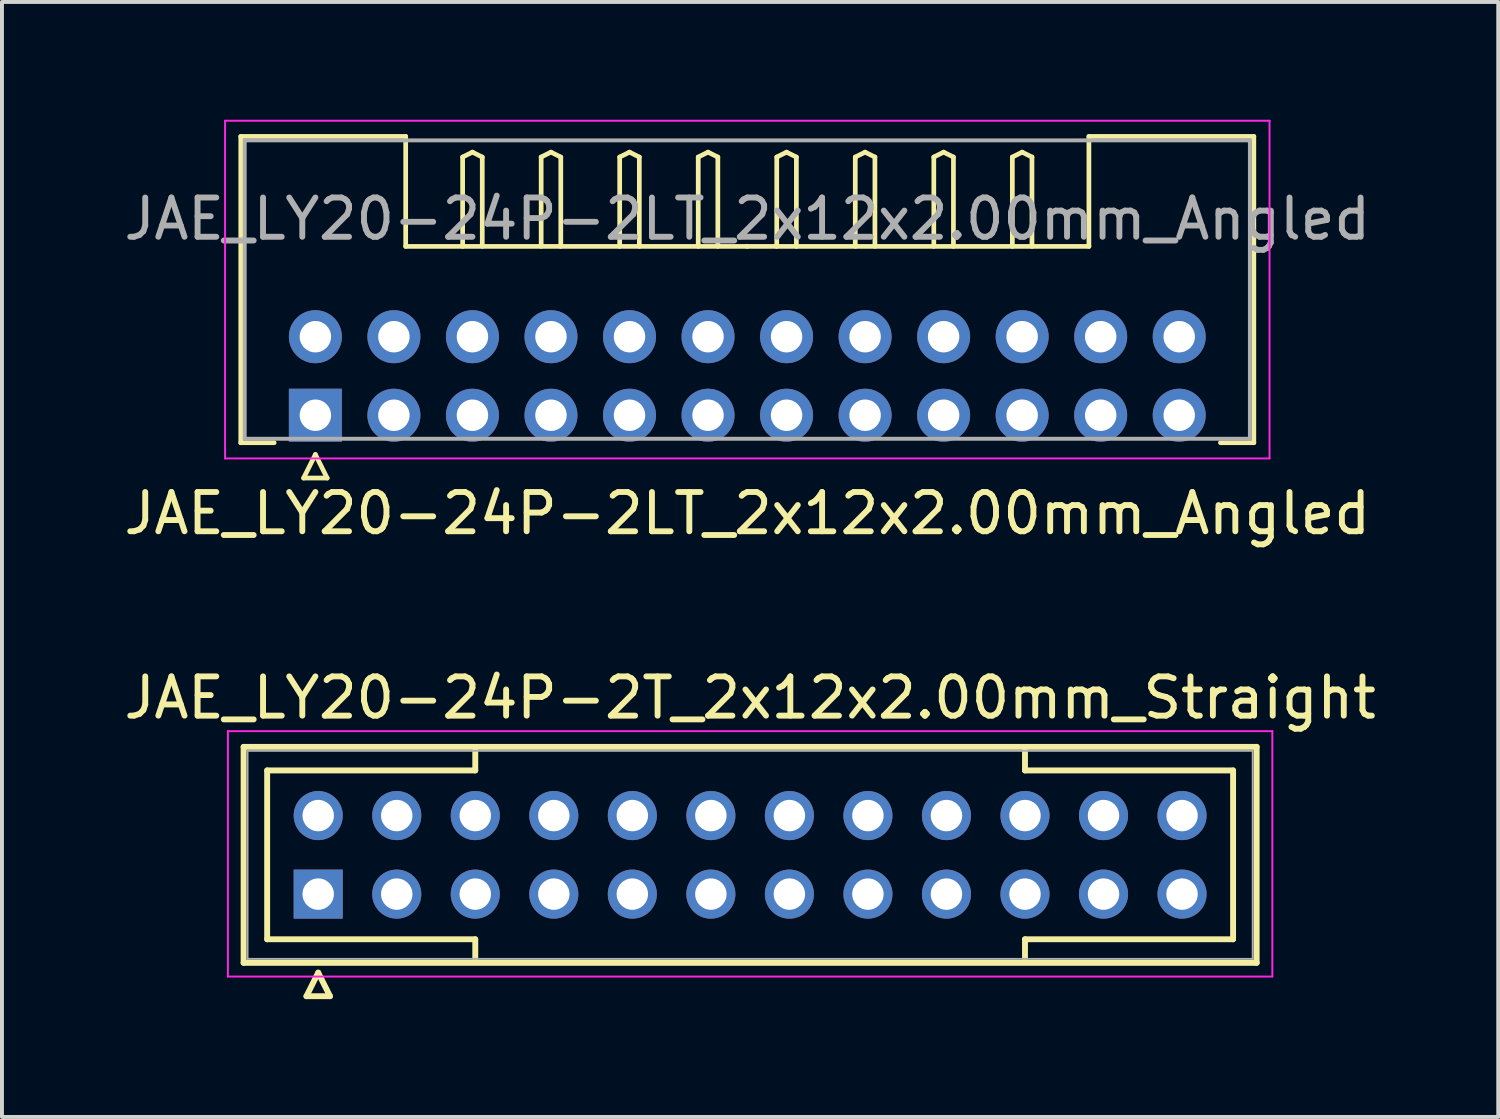
<source format=kicad_pcb>
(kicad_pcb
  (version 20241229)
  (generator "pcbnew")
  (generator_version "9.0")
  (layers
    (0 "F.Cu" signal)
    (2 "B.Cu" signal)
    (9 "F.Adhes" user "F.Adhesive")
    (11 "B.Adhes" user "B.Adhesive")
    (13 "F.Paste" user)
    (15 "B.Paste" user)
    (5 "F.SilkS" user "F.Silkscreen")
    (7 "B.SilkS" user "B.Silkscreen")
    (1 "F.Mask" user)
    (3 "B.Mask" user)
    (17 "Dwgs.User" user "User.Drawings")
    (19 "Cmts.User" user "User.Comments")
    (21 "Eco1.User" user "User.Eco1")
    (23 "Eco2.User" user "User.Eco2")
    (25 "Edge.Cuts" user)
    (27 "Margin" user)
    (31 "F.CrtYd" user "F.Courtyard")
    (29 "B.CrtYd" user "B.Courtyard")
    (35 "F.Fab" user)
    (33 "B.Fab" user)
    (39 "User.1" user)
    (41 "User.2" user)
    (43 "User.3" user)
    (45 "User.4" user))
  (footprint "JAE_LY20-24P-2T_2x12x2.00mm_Straight"
    (layer "F.Cu")
    (at 5.054 19.721)
    (property "Reference" "JAE_LY20-24P-2T_2x12x2.00mm_Straight" (at 11 -5 0) (layer "F.SilkS") (effects (font (size 1 1) (thickness 0.15))))
    (attr through_hole)
    (fp_line (start -1.9 -3.75) (end -1.9 1.75) (stroke (width 0.15) (type solid)) (layer "F.SilkS"))
    (fp_line (start -1.9 1.75) (end 23.9 1.75) (stroke (width 0.15) (type solid)) (layer "F.SilkS"))
    (fp_line (start -1.3 -3.15) (end 4 -3.15) (stroke (width 0.15) (type solid)) (layer "F.SilkS"))
    (fp_line (start -1.3 1.15) (end -1.3 -3.15) (stroke (width 0.15) (type solid)) (layer "F.SilkS"))
    (fp_line (start -0.3 2.6) (end 0.3 2.6) (stroke (width 0.15) (type solid)) (layer "F.SilkS"))
    (fp_line (start 0 2) (end -0.3 2.6) (stroke (width 0.15) (type solid)) (layer "F.SilkS"))
    (fp_line (start 0.3 2.6) (end 0 2) (stroke (width 0.15) (type solid)) (layer "F.SilkS"))
    (fp_line (start 4 -3.15) (end 4 -3.65) (stroke (width 0.15) (type solid)) (layer "F.SilkS"))
    (fp_line (start 4 1.15) (end -1.3 1.15) (stroke (width 0.15) (type solid)) (layer "F.SilkS"))
    (fp_line (start 4 1.65) (end 4 1.15) (stroke (width 0.15) (type solid)) (layer "F.SilkS"))
    (fp_line (start 18 -3.15) (end 18 -3.65) (stroke (width 0.15) (type solid)) (layer "F.SilkS"))
    (fp_line (start 18 1.15) (end 23.3 1.15) (stroke (width 0.15) (type solid)) (layer "F.SilkS"))
    (fp_line (start 18 1.65) (end 18 1.15) (stroke (width 0.15) (type solid)) (layer "F.SilkS"))
    (fp_line (start 23.3 -3.15) (end 18 -3.15) (stroke (width 0.15) (type solid)) (layer "F.SilkS"))
    (fp_line (start 23.3 1.15) (end 23.3 -3.15) (stroke (width 0.15) (type solid)) (layer "F.SilkS"))
    (fp_line (start 23.9 -3.75) (end -1.9 -3.75) (stroke (width 0.15) (type solid)) (layer "F.SilkS"))
    (fp_line (start 23.9 1.75) (end 23.9 -3.75) (stroke (width 0.15) (type solid)) (layer "F.SilkS"))
    (fp_line (start -2.3 -4.15) (end -2.3 2.1) (stroke (width 0.05) (type solid)) (layer "F.CrtYd"))
    (fp_line (start -2.3 2.1) (end 24.3 2.1) (stroke (width 0.05) (type solid)) (layer "F.CrtYd"))
    (fp_line (start 24.3 -4.15) (end -2.3 -4.15) (stroke (width 0.05) (type solid)) (layer "F.CrtYd"))
    (fp_line (start 24.3 2.1) (end 24.3 -4.15) (stroke (width 0.05) (type solid)) (layer "F.CrtYd"))
    (fp_line (start -1.8 -3.65) (end -1.8 1.65) (stroke (width 0.05) (type solid)) (layer "F.Fab"))
    (fp_line (start -1.8 1.65) (end 23.8 1.65) (stroke (width 0.05) (type solid)) (layer "F.Fab"))
    (fp_line (start 23.8 -3.65) (end -1.8 -3.65) (stroke (width 0.05) (type solid)) (layer "F.Fab"))
    (fp_line (start 23.8 1.65) (end 23.8 -3.65) (stroke (width 0.05) (type solid)) (layer "F.Fab"))
    (pad "1" thru_hole rect (at 0 0) (size 1.25 1.25) (drill 0.8) (layers "*.Cu" "*.Mask"))
    (pad "2" thru_hole circle (at 2 0) (size 1.25 1.25) (drill 0.8) (layers "*.Cu" "*.Mask"))
    (pad "3" thru_hole circle (at 4 0) (size 1.25 1.25) (drill 0.8) (layers "*.Cu" "*.Mask"))
    (pad "4" thru_hole circle (at 6 0) (size 1.25 1.25) (drill 0.8) (layers "*.Cu" "*.Mask"))
    (pad "5" thru_hole circle (at 8 0) (size 1.25 1.25) (drill 0.8) (layers "*.Cu" "*.Mask"))
    (pad "6" thru_hole circle (at 10 0) (size 1.25 1.25) (drill 0.8) (layers "*.Cu" "*.Mask"))
    (pad "7" thru_hole circle (at 12 0) (size 1.25 1.25) (drill 0.8) (layers "*.Cu" "*.Mask"))
    (pad "8" thru_hole circle (at 14 0) (size 1.25 1.25) (drill 0.8) (layers "*.Cu" "*.Mask"))
    (pad "9" thru_hole circle (at 16 0) (size 1.25 1.25) (drill 0.8) (layers "*.Cu" "*.Mask"))
    (pad "10" thru_hole circle (at 18 0) (size 1.25 1.25) (drill 0.8) (layers "*.Cu" "*.Mask"))
    (pad "11" thru_hole circle (at 20 0) (size 1.25 1.25) (drill 0.8) (layers "*.Cu" "*.Mask"))
    (pad "12" thru_hole circle (at 22 0) (size 1.25 1.25) (drill 0.8) (layers "*.Cu" "*.Mask"))
    (pad "13" thru_hole circle (at 0 -2) (size 1.25 1.25) (drill 0.8) (layers "*.Cu" "*.Mask"))
    (pad "14" thru_hole circle (at 2 -2) (size 1.25 1.25) (drill 0.8) (layers "*.Cu" "*.Mask"))
    (pad "15" thru_hole circle (at 4 -2) (size 1.25 1.25) (drill 0.8) (layers "*.Cu" "*.Mask"))
    (pad "16" thru_hole circle (at 6 -2) (size 1.25 1.25) (drill 0.8) (layers "*.Cu" "*.Mask"))
    (pad "17" thru_hole circle (at 8 -2) (size 1.25 1.25) (drill 0.8) (layers "*.Cu" "*.Mask"))
    (pad "18" thru_hole circle (at 10 -2) (size 1.25 1.25) (drill 0.8) (layers "*.Cu" "*.Mask"))
    (pad "19" thru_hole circle (at 12 -2) (size 1.25 1.25) (drill 0.8) (layers "*.Cu" "*.Mask"))
    (pad "20" thru_hole circle (at 14 -2) (size 1.25 1.25) (drill 0.8) (layers "*.Cu" "*.Mask"))
    (pad "21" thru_hole circle (at 16 -2) (size 1.25 1.25) (drill 0.8) (layers "*.Cu" "*.Mask"))
    (pad "22" thru_hole circle (at 18 -2) (size 1.25 1.25) (drill 0.8) (layers "*.Cu" "*.Mask"))
    (pad "23" thru_hole circle (at 20 -2) (size 1.25 1.25) (drill 0.8) (layers "*.Cu" "*.Mask"))
    (pad "24" thru_hole circle (at 22 -2) (size 1.25 1.25) (drill 0.8) (layers "*.Cu" "*.Mask")))
  (footprint "JAE_LY20-24P-2LT_2x12x2.00mm_Angled"
    (layer "F.Cu")
    (at 4.982 7.525)
    (property "Reference" "JAE_LY20-24P-2LT_2x12x2.00mm_Angled" (at 11 2.5 0) (layer "F.SilkS") (effects (font (size 1 1) (thickness 0.15))))
    (attr through_hole)
    (fp_line (start -1.9 -7.1) (end 2.3 -7.1) (stroke (width 0.12) (type solid)) (layer "F.SilkS"))
    (fp_line (start -1.9 0.7) (end -1.9 -7.1) (stroke (width 0.12) (type solid)) (layer "F.SilkS"))
    (fp_line (start -1.05 0.7) (end -1.9 0.7) (stroke (width 0.12) (type solid)) (layer "F.SilkS"))
    (fp_line (start -0.3 1.6) (end 0.3 1.6) (stroke (width 0.12) (type solid)) (layer "F.SilkS"))
    (fp_line (start 0 1) (end -0.3 1.6) (stroke (width 0.12) (type solid)) (layer "F.SilkS"))
    (fp_line (start 0.3 1.6) (end 0 1) (stroke (width 0.12) (type solid)) (layer "F.SilkS"))
    (fp_line (start 2.3 -7.1) (end 2.3 -4.3) (stroke (width 0.12) (type solid)) (layer "F.SilkS"))
    (fp_line (start 2.3 -4.3) (end 11 -4.3) (stroke (width 0.12) (type solid)) (layer "F.SilkS"))
    (fp_line (start 3.75 -6.575) (end 4 -6.7) (stroke (width 0.12) (type solid)) (layer "F.SilkS"))
    (fp_line (start 3.75 -4.3) (end 3.75 -6.575) (stroke (width 0.12) (type solid)) (layer "F.SilkS"))
    (fp_line (start 4 -6.7) (end 4.25 -6.575) (stroke (width 0.12) (type solid)) (layer "F.SilkS"))
    (fp_line (start 4.25 -6.575) (end 4.25 -4.3) (stroke (width 0.12) (type solid)) (layer "F.SilkS"))
    (fp_line (start 5.75 -6.575) (end 6 -6.7) (stroke (width 0.12) (type solid)) (layer "F.SilkS"))
    (fp_line (start 5.75 -4.3) (end 5.75 -6.575) (stroke (width 0.12) (type solid)) (layer "F.SilkS"))
    (fp_line (start 6 -6.7) (end 6.25 -6.575) (stroke (width 0.12) (type solid)) (layer "F.SilkS"))
    (fp_line (start 6.25 -6.575) (end 6.25 -4.3) (stroke (width 0.12) (type solid)) (layer "F.SilkS"))
    (fp_line (start 7.75 -6.575) (end 8 -6.7) (stroke (width 0.12) (type solid)) (layer "F.SilkS"))
    (fp_line (start 7.75 -4.3) (end 7.75 -6.575) (stroke (width 0.12) (type solid)) (layer "F.SilkS"))
    (fp_line (start 8 -6.7) (end 8.25 -6.575) (stroke (width 0.12) (type solid)) (layer "F.SilkS"))
    (fp_line (start 8.25 -6.575) (end 8.25 -4.3) (stroke (width 0.12) (type solid)) (layer "F.SilkS"))
    (fp_line (start 9.75 -6.575) (end 10 -6.7) (stroke (width 0.12) (type solid)) (layer "F.SilkS"))
    (fp_line (start 9.75 -4.3) (end 9.75 -6.575) (stroke (width 0.12) (type solid)) (layer "F.SilkS"))
    (fp_line (start 10 -6.7) (end 10.25 -6.575) (stroke (width 0.12) (type solid)) (layer "F.SilkS"))
    (fp_line (start 10.25 -6.575) (end 10.25 -4.3) (stroke (width 0.12) (type solid)) (layer "F.SilkS"))
    (fp_line (start 11.75 -6.575) (end 12 -6.7) (stroke (width 0.12) (type solid)) (layer "F.SilkS"))
    (fp_line (start 11.75 -4.3) (end 11.75 -6.575) (stroke (width 0.12) (type solid)) (layer "F.SilkS"))
    (fp_line (start 12 -6.7) (end 12.25 -6.575) (stroke (width 0.12) (type solid)) (layer "F.SilkS"))
    (fp_line (start 12.25 -6.575) (end 12.25 -4.3) (stroke (width 0.12) (type solid)) (layer "F.SilkS"))
    (fp_line (start 13.75 -6.575) (end 14 -6.7) (stroke (width 0.12) (type solid)) (layer "F.SilkS"))
    (fp_line (start 13.75 -4.3) (end 13.75 -6.575) (stroke (width 0.12) (type solid)) (layer "F.SilkS"))
    (fp_line (start 14 -6.7) (end 14.25 -6.575) (stroke (width 0.12) (type solid)) (layer "F.SilkS"))
    (fp_line (start 14.25 -6.575) (end 14.25 -4.3) (stroke (width 0.12) (type solid)) (layer "F.SilkS"))
    (fp_line (start 15.75 -6.575) (end 16 -6.7) (stroke (width 0.12) (type solid)) (layer "F.SilkS"))
    (fp_line (start 15.75 -4.3) (end 15.75 -6.575) (stroke (width 0.12) (type solid)) (layer "F.SilkS"))
    (fp_line (start 16 -6.7) (end 16.25 -6.575) (stroke (width 0.12) (type solid)) (layer "F.SilkS"))
    (fp_line (start 16.25 -6.575) (end 16.25 -4.3) (stroke (width 0.12) (type solid)) (layer "F.SilkS"))
    (fp_line (start 17.75 -6.575) (end 18 -6.7) (stroke (width 0.12) (type solid)) (layer "F.SilkS"))
    (fp_line (start 17.75 -4.3) (end 17.75 -6.575) (stroke (width 0.12) (type solid)) (layer "F.SilkS"))
    (fp_line (start 18 -6.7) (end 18.25 -6.575) (stroke (width 0.12) (type solid)) (layer "F.SilkS"))
    (fp_line (start 18.25 -6.575) (end 18.25 -4.3) (stroke (width 0.12) (type solid)) (layer "F.SilkS"))
    (fp_line (start 19.7 -7.1) (end 19.7 -4.3) (stroke (width 0.12) (type solid)) (layer "F.SilkS"))
    (fp_line (start 19.7 -4.3) (end 11 -4.3) (stroke (width 0.12) (type solid)) (layer "F.SilkS"))
    (fp_line (start 23.05 0.7) (end 23.9 0.7) (stroke (width 0.12) (type solid)) (layer "F.SilkS"))
    (fp_line (start 23.9 -7.1) (end 19.7 -7.1) (stroke (width 0.12) (type solid)) (layer "F.SilkS"))
    (fp_line (start 23.9 0.7) (end 23.9 -7.1) (stroke (width 0.12) (type solid)) (layer "F.SilkS"))
    (fp_line (start -2.3 -7.5) (end -2.3 1.1) (stroke (width 0.05) (type solid)) (layer "F.CrtYd"))
    (fp_line (start -2.3 1.1) (end 24.3 1.1) (stroke (width 0.05) (type solid)) (layer "F.CrtYd"))
    (fp_line (start 24.3 -7.5) (end -2.3 -7.5) (stroke (width 0.05) (type solid)) (layer "F.CrtYd"))
    (fp_line (start 24.3 1.1) (end 24.3 -7.5) (stroke (width 0.05) (type solid)) (layer "F.CrtYd"))
    (fp_line (start -1.8 -7) (end -1.8 0.6) (stroke (width 0.1) (type solid)) (layer "F.Fab"))
    (fp_line (start -1.8 0.6) (end 23.8 0.6) (stroke (width 0.1) (type solid)) (layer "F.Fab"))
    (fp_line (start 23.8 -7) (end -1.8 -7) (stroke (width 0.1) (type solid)) (layer "F.Fab"))
    (fp_line (start 23.8 0.6) (end 23.8 -7) (stroke (width 0.1) (type solid)) (layer "F.Fab"))
    (fp_text user "${REFERENCE}" (at 11 -5 0) (layer "F.Fab") (effects (font (size 1 1) (thickness 0.15))))
    (pad "1" thru_hole rect (at 0 0) (size 1.35 1.35) (drill 0.8) (layers "*.Cu" "*.Mask"))
    (pad "2" thru_hole circle (at 2 0) (size 1.35 1.35) (drill 0.8) (layers "*.Cu" "*.Mask"))
    (pad "3" thru_hole circle (at 4 0) (size 1.35 1.35) (drill 0.8) (layers "*.Cu" "*.Mask"))
    (pad "4" thru_hole circle (at 6 0) (size 1.35 1.35) (drill 0.8) (layers "*.Cu" "*.Mask"))
    (pad "5" thru_hole circle (at 8 0) (size 1.35 1.35) (drill 0.8) (layers "*.Cu" "*.Mask"))
    (pad "6" thru_hole circle (at 10 0) (size 1.35 1.35) (drill 0.8) (layers "*.Cu" "*.Mask"))
    (pad "7" thru_hole circle (at 12 0) (size 1.35 1.35) (drill 0.8) (layers "*.Cu" "*.Mask"))
    (pad "8" thru_hole circle (at 14 0) (size 1.35 1.35) (drill 0.8) (layers "*.Cu" "*.Mask"))
    (pad "9" thru_hole circle (at 16 0) (size 1.35 1.35) (drill 0.8) (layers "*.Cu" "*.Mask"))
    (pad "10" thru_hole circle (at 18 0) (size 1.35 1.35) (drill 0.8) (layers "*.Cu" "*.Mask"))
    (pad "11" thru_hole circle (at 20 0) (size 1.35 1.35) (drill 0.8) (layers "*.Cu" "*.Mask"))
    (pad "12" thru_hole circle (at 22 0) (size 1.35 1.35) (drill 0.8) (layers "*.Cu" "*.Mask"))
    (pad "13" thru_hole circle (at 0 -2) (size 1.35 1.35) (drill 0.8) (layers "*.Cu" "*.Mask"))
    (pad "14" thru_hole circle (at 2 -2) (size 1.35 1.35) (drill 0.8) (layers "*.Cu" "*.Mask"))
    (pad "15" thru_hole circle (at 4 -2) (size 1.35 1.35) (drill 0.8) (layers "*.Cu" "*.Mask"))
    (pad "16" thru_hole circle (at 6 -2) (size 1.35 1.35) (drill 0.8) (layers "*.Cu" "*.Mask"))
    (pad "17" thru_hole circle (at 8 -2) (size 1.35 1.35) (drill 0.8) (layers "*.Cu" "*.Mask"))
    (pad "18" thru_hole circle (at 10 -2) (size 1.35 1.35) (drill 0.8) (layers "*.Cu" "*.Mask"))
    (pad "19" thru_hole circle (at 12 -2) (size 1.35 1.35) (drill 0.8) (layers "*.Cu" "*.Mask"))
    (pad "20" thru_hole circle (at 14 -2) (size 1.35 1.35) (drill 0.8) (layers "*.Cu" "*.Mask"))
    (pad "21" thru_hole circle (at 16 -2) (size 1.35 1.35) (drill 0.8) (layers "*.Cu" "*.Mask"))
    (pad "22" thru_hole circle (at 18 -2) (size 1.35 1.35) (drill 0.8) (layers "*.Cu" "*.Mask"))
    (pad "23" thru_hole circle (at 20 -2) (size 1.35 1.35) (drill 0.8) (layers "*.Cu" "*.Mask"))
    (pad "24" thru_hole circle (at 22 -2) (size 1.35 1.35) (drill 0.8) (layers "*.Cu" "*.Mask")))
  (gr_rect
    (start -3 -3)
    (end 35.107 25.396)
    (stroke (width 0.1) (type default))
    (fill no)
    (layer "Edge.Cuts")))
</source>
